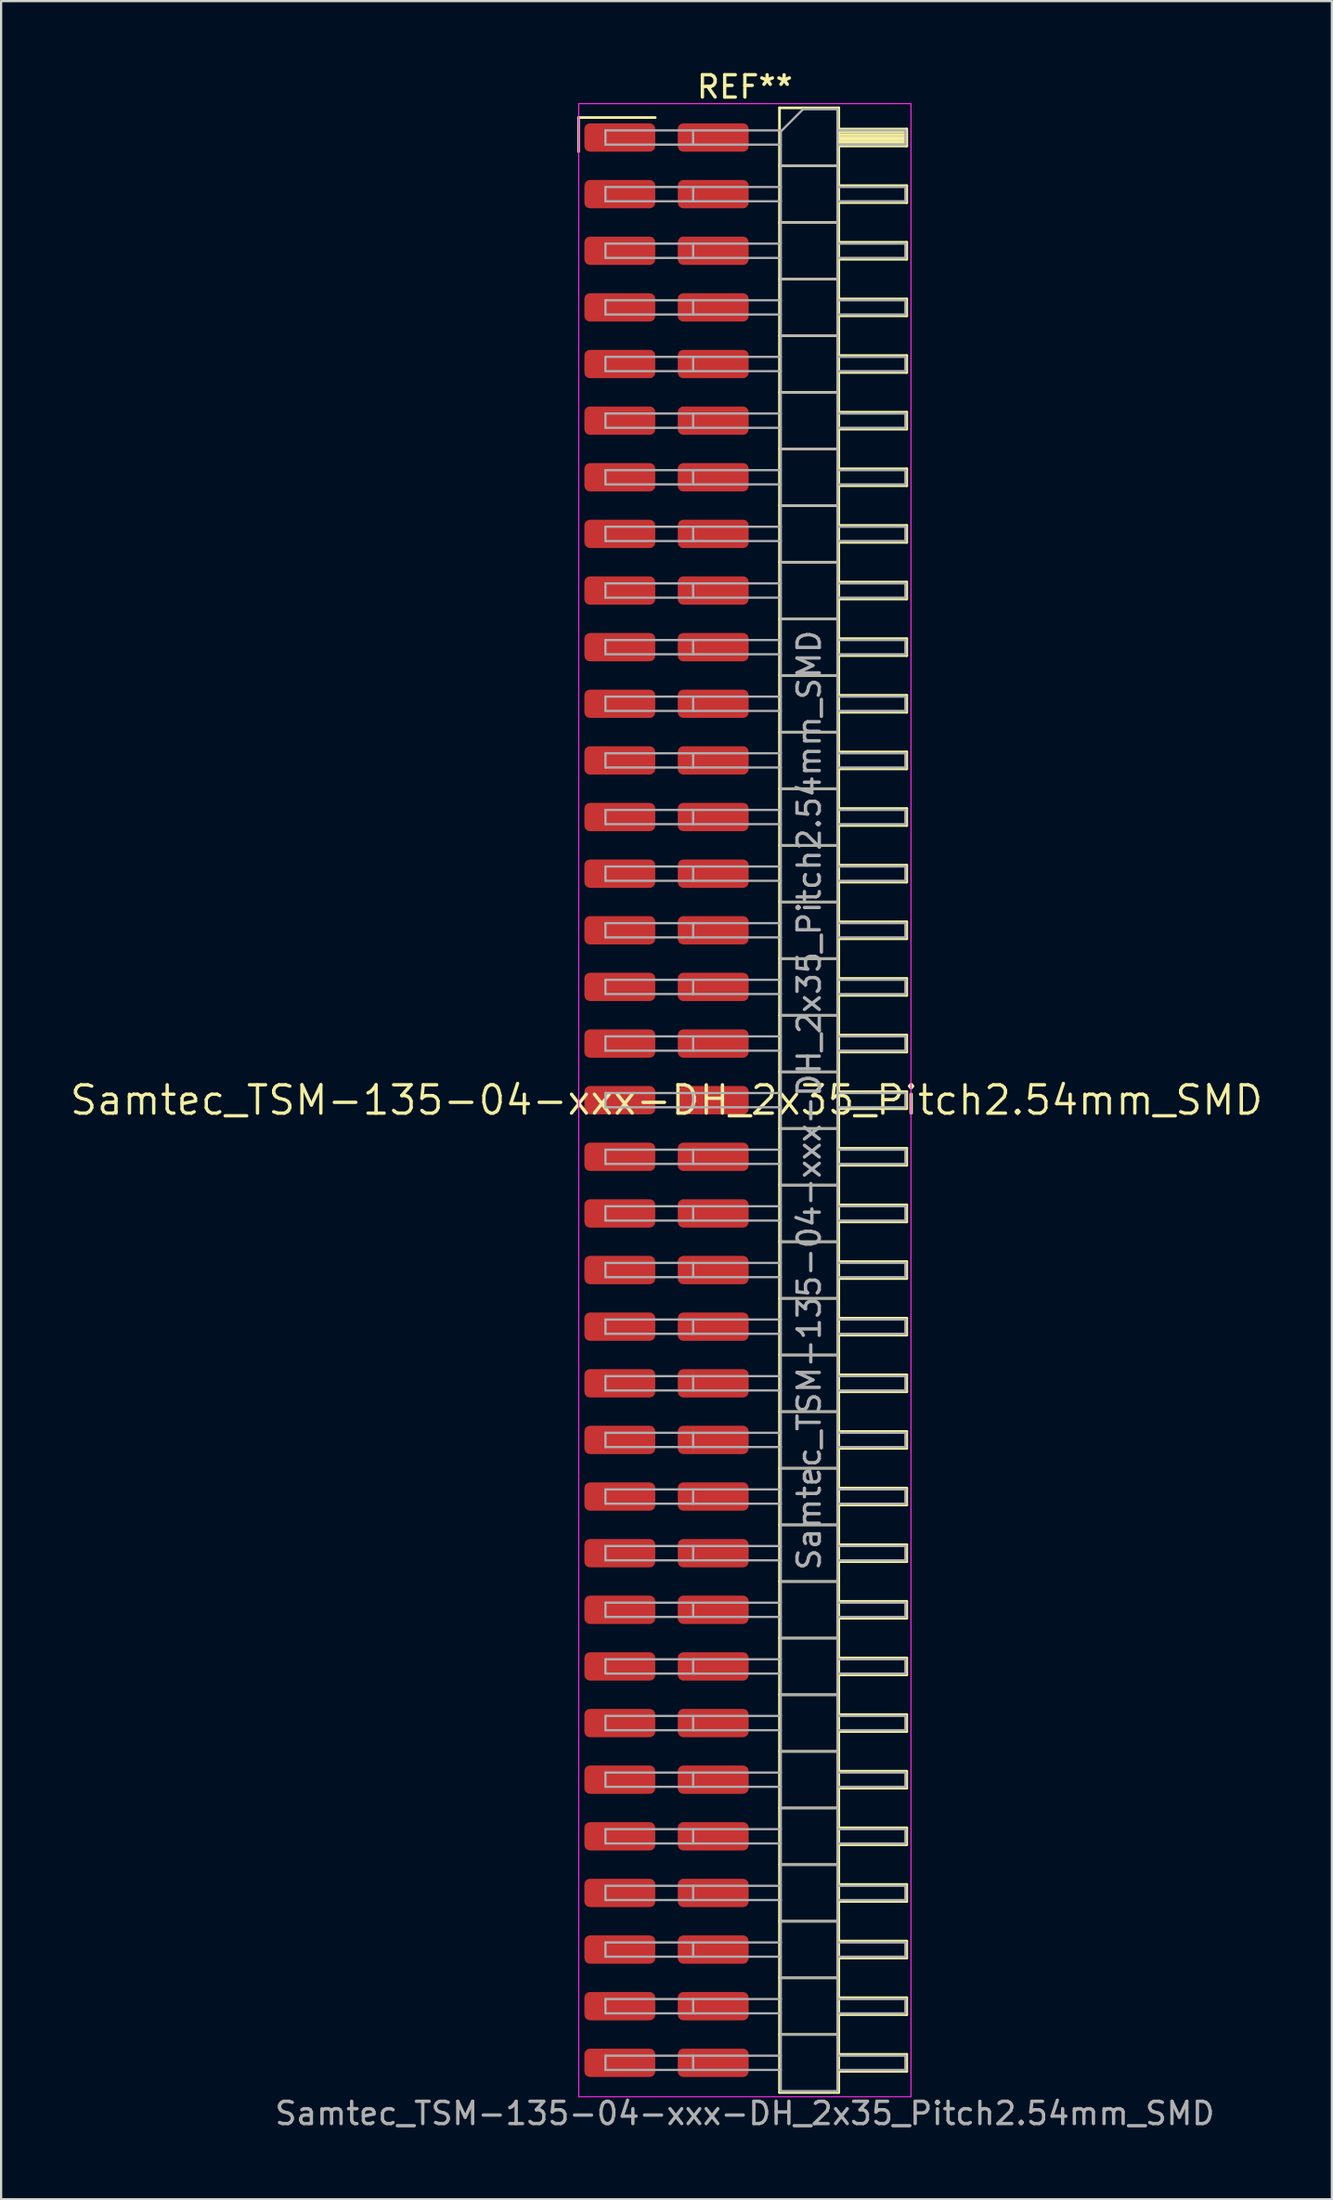
<source format=kicad_pcb>
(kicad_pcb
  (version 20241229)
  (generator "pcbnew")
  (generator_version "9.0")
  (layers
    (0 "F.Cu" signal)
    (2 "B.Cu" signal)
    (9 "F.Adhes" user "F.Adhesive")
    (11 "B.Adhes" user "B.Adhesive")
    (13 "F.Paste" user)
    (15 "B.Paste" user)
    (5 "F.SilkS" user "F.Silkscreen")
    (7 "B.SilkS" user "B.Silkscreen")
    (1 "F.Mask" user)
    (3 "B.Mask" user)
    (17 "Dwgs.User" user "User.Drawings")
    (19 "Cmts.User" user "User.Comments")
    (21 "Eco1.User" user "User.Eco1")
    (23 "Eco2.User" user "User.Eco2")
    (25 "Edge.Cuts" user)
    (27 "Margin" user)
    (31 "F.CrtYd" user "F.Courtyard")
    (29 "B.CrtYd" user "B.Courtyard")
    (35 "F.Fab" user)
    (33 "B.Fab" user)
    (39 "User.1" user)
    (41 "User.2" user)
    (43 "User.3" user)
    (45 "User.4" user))
  (footprint "Samtec_TSM-135-04-xxx-DH_2x35_Pitch2.54mm_SMD"
    (layer "F.Cu")
    (at 26.859 46.298)
    (property "Reference" "Samtec_TSM-135-04-xxx-DH_2x35_Pitch2.54mm_SMD" (at 0 0 0) (layer "F.SilkS") (effects (font (size 1.27 1.27) (thickness 0.15))))
    (attr smd)
    (fp_line (start -3.945 -44.075) (end -0.505 -44.075) (stroke (width 0.12) (type solid)) (layer "F.SilkS"))
    (fp_line (start -3.945 -42.545) (end -3.945 -44.075) (stroke (width 0.12) (type solid)) (layer "F.SilkS"))
    (fp_line (start 5.07 -44.51) (end 7.73 -44.51) (stroke (width 0.12) (type solid)) (layer "F.SilkS"))
    (fp_line (start 5.07 -41.91) (end 7.73 -41.91) (stroke (width 0.12) (type solid)) (layer "F.SilkS"))
    (fp_line (start 5.07 -39.37) (end 7.73 -39.37) (stroke (width 0.12) (type solid)) (layer "F.SilkS"))
    (fp_line (start 5.07 -36.83) (end 7.73 -36.83) (stroke (width 0.12) (type solid)) (layer "F.SilkS"))
    (fp_line (start 5.07 -34.29) (end 7.73 -34.29) (stroke (width 0.12) (type solid)) (layer "F.SilkS"))
    (fp_line (start 5.07 -31.75) (end 7.73 -31.75) (stroke (width 0.12) (type solid)) (layer "F.SilkS"))
    (fp_line (start 5.07 -29.21) (end 7.73 -29.21) (stroke (width 0.12) (type solid)) (layer "F.SilkS"))
    (fp_line (start 5.07 -26.67) (end 7.73 -26.67) (stroke (width 0.12) (type solid)) (layer "F.SilkS"))
    (fp_line (start 5.07 -24.13) (end 7.73 -24.13) (stroke (width 0.12) (type solid)) (layer "F.SilkS"))
    (fp_line (start 5.07 -21.59) (end 7.73 -21.59) (stroke (width 0.12) (type solid)) (layer "F.SilkS"))
    (fp_line (start 5.07 -19.05) (end 7.73 -19.05) (stroke (width 0.12) (type solid)) (layer "F.SilkS"))
    (fp_line (start 5.07 -16.51) (end 7.73 -16.51) (stroke (width 0.12) (type solid)) (layer "F.SilkS"))
    (fp_line (start 5.07 -13.97) (end 7.73 -13.97) (stroke (width 0.12) (type solid)) (layer "F.SilkS"))
    (fp_line (start 5.07 -11.43) (end 7.73 -11.43) (stroke (width 0.12) (type solid)) (layer "F.SilkS"))
    (fp_line (start 5.07 -8.89) (end 7.73 -8.89) (stroke (width 0.12) (type solid)) (layer "F.SilkS"))
    (fp_line (start 5.07 -6.35) (end 7.73 -6.35) (stroke (width 0.12) (type solid)) (layer "F.SilkS"))
    (fp_line (start 5.07 -3.81) (end 7.73 -3.81) (stroke (width 0.12) (type solid)) (layer "F.SilkS"))
    (fp_line (start 5.07 -1.27) (end 7.73 -1.27) (stroke (width 0.12) (type solid)) (layer "F.SilkS"))
    (fp_line (start 5.07 1.27) (end 7.73 1.27) (stroke (width 0.12) (type solid)) (layer "F.SilkS"))
    (fp_line (start 5.07 3.81) (end 7.73 3.81) (stroke (width 0.12) (type solid)) (layer "F.SilkS"))
    (fp_line (start 5.07 6.35) (end 7.73 6.35) (stroke (width 0.12) (type solid)) (layer "F.SilkS"))
    (fp_line (start 5.07 8.89) (end 7.73 8.89) (stroke (width 0.12) (type solid)) (layer "F.SilkS"))
    (fp_line (start 5.07 11.43) (end 7.73 11.43) (stroke (width 0.12) (type solid)) (layer "F.SilkS"))
    (fp_line (start 5.07 13.97) (end 7.73 13.97) (stroke (width 0.12) (type solid)) (layer "F.SilkS"))
    (fp_line (start 5.07 16.51) (end 7.73 16.51) (stroke (width 0.12) (type solid)) (layer "F.SilkS"))
    (fp_line (start 5.07 19.05) (end 7.73 19.05) (stroke (width 0.12) (type solid)) (layer "F.SilkS"))
    (fp_line (start 5.07 21.59) (end 7.73 21.59) (stroke (width 0.12) (type solid)) (layer "F.SilkS"))
    (fp_line (start 5.07 24.13) (end 7.73 24.13) (stroke (width 0.12) (type solid)) (layer "F.SilkS"))
    (fp_line (start 5.07 26.67) (end 7.73 26.67) (stroke (width 0.12) (type solid)) (layer "F.SilkS"))
    (fp_line (start 5.07 29.21) (end 7.73 29.21) (stroke (width 0.12) (type solid)) (layer "F.SilkS"))
    (fp_line (start 5.07 31.75) (end 7.73 31.75) (stroke (width 0.12) (type solid)) (layer "F.SilkS"))
    (fp_line (start 5.07 34.29) (end 7.73 34.29) (stroke (width 0.12) (type solid)) (layer "F.SilkS"))
    (fp_line (start 5.07 36.83) (end 7.73 36.83) (stroke (width 0.12) (type solid)) (layer "F.SilkS"))
    (fp_line (start 5.07 39.37) (end 7.73 39.37) (stroke (width 0.12) (type solid)) (layer "F.SilkS"))
    (fp_line (start 5.07 41.91) (end 7.73 41.91) (stroke (width 0.12) (type solid)) (layer "F.SilkS"))
    (fp_line (start 5.07 44.51) (end 5.07 -44.51) (stroke (width 0.12) (type solid)) (layer "F.SilkS"))
    (fp_line (start 7.73 -44.51) (end 7.73 44.51) (stroke (width 0.12) (type solid)) (layer "F.SilkS"))
    (fp_line (start 7.73 -43.56) (end 10.78 -43.56) (stroke (width 0.12) (type solid)) (layer "F.SilkS"))
    (fp_line (start 7.73 -43.44) (end 10.78 -43.44) (stroke (width 0.12) (type solid)) (layer "F.SilkS"))
    (fp_line (start 7.73 -43.32) (end 10.78 -43.32) (stroke (width 0.12) (type solid)) (layer "F.SilkS"))
    (fp_line (start 7.73 -43.2) (end 10.78 -43.2) (stroke (width 0.12) (type solid)) (layer "F.SilkS"))
    (fp_line (start 7.73 -43.08) (end 10.78 -43.08) (stroke (width 0.12) (type solid)) (layer "F.SilkS"))
    (fp_line (start 7.73 -42.96) (end 10.78 -42.96) (stroke (width 0.12) (type solid)) (layer "F.SilkS"))
    (fp_line (start 7.73 -42.84) (end 10.78 -42.84) (stroke (width 0.12) (type solid)) (layer "F.SilkS"))
    (fp_line (start 7.73 -42.8) (end 10.78 -42.8) (stroke (width 0.12) (type solid)) (layer "F.SilkS"))
    (fp_line (start 7.73 -41.02) (end 10.78 -41.02) (stroke (width 0.12) (type solid)) (layer "F.SilkS"))
    (fp_line (start 7.73 -40.26) (end 10.78 -40.26) (stroke (width 0.12) (type solid)) (layer "F.SilkS"))
    (fp_line (start 7.73 -38.48) (end 10.78 -38.48) (stroke (width 0.12) (type solid)) (layer "F.SilkS"))
    (fp_line (start 7.73 -37.72) (end 10.78 -37.72) (stroke (width 0.12) (type solid)) (layer "F.SilkS"))
    (fp_line (start 7.73 -35.94) (end 10.78 -35.94) (stroke (width 0.12) (type solid)) (layer "F.SilkS"))
    (fp_line (start 7.73 -35.18) (end 10.78 -35.18) (stroke (width 0.12) (type solid)) (layer "F.SilkS"))
    (fp_line (start 7.73 -33.4) (end 10.78 -33.4) (stroke (width 0.12) (type solid)) (layer "F.SilkS"))
    (fp_line (start 7.73 -32.64) (end 10.78 -32.64) (stroke (width 0.12) (type solid)) (layer "F.SilkS"))
    (fp_line (start 7.73 -30.86) (end 10.78 -30.86) (stroke (width 0.12) (type solid)) (layer "F.SilkS"))
    (fp_line (start 7.73 -30.1) (end 10.78 -30.1) (stroke (width 0.12) (type solid)) (layer "F.SilkS"))
    (fp_line (start 7.73 -28.32) (end 10.78 -28.32) (stroke (width 0.12) (type solid)) (layer "F.SilkS"))
    (fp_line (start 7.73 -27.56) (end 10.78 -27.56) (stroke (width 0.12) (type solid)) (layer "F.SilkS"))
    (fp_line (start 7.73 -25.78) (end 10.78 -25.78) (stroke (width 0.12) (type solid)) (layer "F.SilkS"))
    (fp_line (start 7.73 -25.02) (end 10.78 -25.02) (stroke (width 0.12) (type solid)) (layer "F.SilkS"))
    (fp_line (start 7.73 -23.24) (end 10.78 -23.24) (stroke (width 0.12) (type solid)) (layer "F.SilkS"))
    (fp_line (start 7.73 -22.48) (end 10.78 -22.48) (stroke (width 0.12) (type solid)) (layer "F.SilkS"))
    (fp_line (start 7.73 -20.7) (end 10.78 -20.7) (stroke (width 0.12) (type solid)) (layer "F.SilkS"))
    (fp_line (start 7.73 -19.94) (end 10.78 -19.94) (stroke (width 0.12) (type solid)) (layer "F.SilkS"))
    (fp_line (start 7.73 -18.16) (end 10.78 -18.16) (stroke (width 0.12) (type solid)) (layer "F.SilkS"))
    (fp_line (start 7.73 -17.4) (end 10.78 -17.4) (stroke (width 0.12) (type solid)) (layer "F.SilkS"))
    (fp_line (start 7.73 -15.62) (end 10.78 -15.62) (stroke (width 0.12) (type solid)) (layer "F.SilkS"))
    (fp_line (start 7.73 -14.86) (end 10.78 -14.86) (stroke (width 0.12) (type solid)) (layer "F.SilkS"))
    (fp_line (start 7.73 -13.08) (end 10.78 -13.08) (stroke (width 0.12) (type solid)) (layer "F.SilkS"))
    (fp_line (start 7.73 -12.32) (end 10.78 -12.32) (stroke (width 0.12) (type solid)) (layer "F.SilkS"))
    (fp_line (start 7.73 -10.54) (end 10.78 -10.54) (stroke (width 0.12) (type solid)) (layer "F.SilkS"))
    (fp_line (start 7.73 -9.78) (end 10.78 -9.78) (stroke (width 0.12) (type solid)) (layer "F.SilkS"))
    (fp_line (start 7.73 -8) (end 10.78 -8) (stroke (width 0.12) (type solid)) (layer "F.SilkS"))
    (fp_line (start 7.73 -7.24) (end 10.78 -7.24) (stroke (width 0.12) (type solid)) (layer "F.SilkS"))
    (fp_line (start 7.73 -5.46) (end 10.78 -5.46) (stroke (width 0.12) (type solid)) (layer "F.SilkS"))
    (fp_line (start 7.73 -4.7) (end 10.78 -4.7) (stroke (width 0.12) (type solid)) (layer "F.SilkS"))
    (fp_line (start 7.73 -2.92) (end 10.78 -2.92) (stroke (width 0.12) (type solid)) (layer "F.SilkS"))
    (fp_line (start 7.73 -2.16) (end 10.78 -2.16) (stroke (width 0.12) (type solid)) (layer "F.SilkS"))
    (fp_line (start 7.73 -0.38) (end 10.78 -0.38) (stroke (width 0.12) (type solid)) (layer "F.SilkS"))
    (fp_line (start 7.73 0.38) (end 10.78 0.38) (stroke (width 0.12) (type solid)) (layer "F.SilkS"))
    (fp_line (start 7.73 2.16) (end 10.78 2.16) (stroke (width 0.12) (type solid)) (layer "F.SilkS"))
    (fp_line (start 7.73 2.92) (end 10.78 2.92) (stroke (width 0.12) (type solid)) (layer "F.SilkS"))
    (fp_line (start 7.73 4.7) (end 10.78 4.7) (stroke (width 0.12) (type solid)) (layer "F.SilkS"))
    (fp_line (start 7.73 5.46) (end 10.78 5.46) (stroke (width 0.12) (type solid)) (layer "F.SilkS"))
    (fp_line (start 7.73 7.24) (end 10.78 7.24) (stroke (width 0.12) (type solid)) (layer "F.SilkS"))
    (fp_line (start 7.73 8) (end 10.78 8) (stroke (width 0.12) (type solid)) (layer "F.SilkS"))
    (fp_line (start 7.73 9.78) (end 10.78 9.78) (stroke (width 0.12) (type solid)) (layer "F.SilkS"))
    (fp_line (start 7.73 10.54) (end 10.78 10.54) (stroke (width 0.12) (type solid)) (layer "F.SilkS"))
    (fp_line (start 7.73 12.32) (end 10.78 12.32) (stroke (width 0.12) (type solid)) (layer "F.SilkS"))
    (fp_line (start 7.73 13.08) (end 10.78 13.08) (stroke (width 0.12) (type solid)) (layer "F.SilkS"))
    (fp_line (start 7.73 14.86) (end 10.78 14.86) (stroke (width 0.12) (type solid)) (layer "F.SilkS"))
    (fp_line (start 7.73 15.62) (end 10.78 15.62) (stroke (width 0.12) (type solid)) (layer "F.SilkS"))
    (fp_line (start 7.73 17.4) (end 10.78 17.4) (stroke (width 0.12) (type solid)) (layer "F.SilkS"))
    (fp_line (start 7.73 18.16) (end 10.78 18.16) (stroke (width 0.12) (type solid)) (layer "F.SilkS"))
    (fp_line (start 7.73 19.94) (end 10.78 19.94) (stroke (width 0.12) (type solid)) (layer "F.SilkS"))
    (fp_line (start 7.73 20.7) (end 10.78 20.7) (stroke (width 0.12) (type solid)) (layer "F.SilkS"))
    (fp_line (start 7.73 22.48) (end 10.78 22.48) (stroke (width 0.12) (type solid)) (layer "F.SilkS"))
    (fp_line (start 7.73 23.24) (end 10.78 23.24) (stroke (width 0.12) (type solid)) (layer "F.SilkS"))
    (fp_line (start 7.73 25.02) (end 10.78 25.02) (stroke (width 0.12) (type solid)) (layer "F.SilkS"))
    (fp_line (start 7.73 25.78) (end 10.78 25.78) (stroke (width 0.12) (type solid)) (layer "F.SilkS"))
    (fp_line (start 7.73 27.56) (end 10.78 27.56) (stroke (width 0.12) (type solid)) (layer "F.SilkS"))
    (fp_line (start 7.73 28.32) (end 10.78 28.32) (stroke (width 0.12) (type solid)) (layer "F.SilkS"))
    (fp_line (start 7.73 30.1) (end 10.78 30.1) (stroke (width 0.12) (type solid)) (layer "F.SilkS"))
    (fp_line (start 7.73 30.86) (end 10.78 30.86) (stroke (width 0.12) (type solid)) (layer "F.SilkS"))
    (fp_line (start 7.73 32.64) (end 10.78 32.64) (stroke (width 0.12) (type solid)) (layer "F.SilkS"))
    (fp_line (start 7.73 33.4) (end 10.78 33.4) (stroke (width 0.12) (type solid)) (layer "F.SilkS"))
    (fp_line (start 7.73 35.18) (end 10.78 35.18) (stroke (width 0.12) (type solid)) (layer "F.SilkS"))
    (fp_line (start 7.73 35.94) (end 10.78 35.94) (stroke (width 0.12) (type solid)) (layer "F.SilkS"))
    (fp_line (start 7.73 37.72) (end 10.78 37.72) (stroke (width 0.12) (type solid)) (layer "F.SilkS"))
    (fp_line (start 7.73 38.48) (end 10.78 38.48) (stroke (width 0.12) (type solid)) (layer "F.SilkS"))
    (fp_line (start 7.73 40.26) (end 10.78 40.26) (stroke (width 0.12) (type solid)) (layer "F.SilkS"))
    (fp_line (start 7.73 41.02) (end 10.78 41.02) (stroke (width 0.12) (type solid)) (layer "F.SilkS"))
    (fp_line (start 7.73 42.8) (end 10.78 42.8) (stroke (width 0.12) (type solid)) (layer "F.SilkS"))
    (fp_line (start 7.73 43.56) (end 10.78 43.56) (stroke (width 0.12) (type solid)) (layer "F.SilkS"))
    (fp_line (start 7.73 44.51) (end 5.07 44.51) (stroke (width 0.12) (type solid)) (layer "F.SilkS"))
    (fp_line (start 10.78 -43.56) (end 10.78 -42.8) (stroke (width 0.12) (type solid)) (layer "F.SilkS"))
    (fp_line (start 10.78 -41.02) (end 10.78 -40.26) (stroke (width 0.12) (type solid)) (layer "F.SilkS"))
    (fp_line (start 10.78 -38.48) (end 10.78 -37.72) (stroke (width 0.12) (type solid)) (layer "F.SilkS"))
    (fp_line (start 10.78 -35.94) (end 10.78 -35.18) (stroke (width 0.12) (type solid)) (layer "F.SilkS"))
    (fp_line (start 10.78 -33.4) (end 10.78 -32.64) (stroke (width 0.12) (type solid)) (layer "F.SilkS"))
    (fp_line (start 10.78 -30.86) (end 10.78 -30.1) (stroke (width 0.12) (type solid)) (layer "F.SilkS"))
    (fp_line (start 10.78 -28.32) (end 10.78 -27.56) (stroke (width 0.12) (type solid)) (layer "F.SilkS"))
    (fp_line (start 10.78 -25.78) (end 10.78 -25.02) (stroke (width 0.12) (type solid)) (layer "F.SilkS"))
    (fp_line (start 10.78 -23.24) (end 10.78 -22.48) (stroke (width 0.12) (type solid)) (layer "F.SilkS"))
    (fp_line (start 10.78 -20.7) (end 10.78 -19.94) (stroke (width 0.12) (type solid)) (layer "F.SilkS"))
    (fp_line (start 10.78 -18.16) (end 10.78 -17.4) (stroke (width 0.12) (type solid)) (layer "F.SilkS"))
    (fp_line (start 10.78 -15.62) (end 10.78 -14.86) (stroke (width 0.12) (type solid)) (layer "F.SilkS"))
    (fp_line (start 10.78 -13.08) (end 10.78 -12.32) (stroke (width 0.12) (type solid)) (layer "F.SilkS"))
    (fp_line (start 10.78 -10.54) (end 10.78 -9.78) (stroke (width 0.12) (type solid)) (layer "F.SilkS"))
    (fp_line (start 10.78 -8) (end 10.78 -7.24) (stroke (width 0.12) (type solid)) (layer "F.SilkS"))
    (fp_line (start 10.78 -5.46) (end 10.78 -4.7) (stroke (width 0.12) (type solid)) (layer "F.SilkS"))
    (fp_line (start 10.78 -2.92) (end 10.78 -2.16) (stroke (width 0.12) (type solid)) (layer "F.SilkS"))
    (fp_line (start 10.78 -0.38) (end 10.78 0.38) (stroke (width 0.12) (type solid)) (layer "F.SilkS"))
    (fp_line (start 10.78 2.16) (end 10.78 2.92) (stroke (width 0.12) (type solid)) (layer "F.SilkS"))
    (fp_line (start 10.78 4.7) (end 10.78 5.46) (stroke (width 0.12) (type solid)) (layer "F.SilkS"))
    (fp_line (start 10.78 7.24) (end 10.78 8) (stroke (width 0.12) (type solid)) (layer "F.SilkS"))
    (fp_line (start 10.78 9.78) (end 10.78 10.54) (stroke (width 0.12) (type solid)) (layer "F.SilkS"))
    (fp_line (start 10.78 12.32) (end 10.78 13.08) (stroke (width 0.12) (type solid)) (layer "F.SilkS"))
    (fp_line (start 10.78 14.86) (end 10.78 15.62) (stroke (width 0.12) (type solid)) (layer "F.SilkS"))
    (fp_line (start 10.78 17.4) (end 10.78 18.16) (stroke (width 0.12) (type solid)) (layer "F.SilkS"))
    (fp_line (start 10.78 19.94) (end 10.78 20.7) (stroke (width 0.12) (type solid)) (layer "F.SilkS"))
    (fp_line (start 10.78 22.48) (end 10.78 23.24) (stroke (width 0.12) (type solid)) (layer "F.SilkS"))
    (fp_line (start 10.78 25.02) (end 10.78 25.78) (stroke (width 0.12) (type solid)) (layer "F.SilkS"))
    (fp_line (start 10.78 27.56) (end 10.78 28.32) (stroke (width 0.12) (type solid)) (layer "F.SilkS"))
    (fp_line (start 10.78 30.1) (end 10.78 30.86) (stroke (width 0.12) (type solid)) (layer "F.SilkS"))
    (fp_line (start 10.78 32.64) (end 10.78 33.4) (stroke (width 0.12) (type solid)) (layer "F.SilkS"))
    (fp_line (start 10.78 35.18) (end 10.78 35.94) (stroke (width 0.12) (type solid)) (layer "F.SilkS"))
    (fp_line (start 10.78 37.72) (end 10.78 38.48) (stroke (width 0.12) (type solid)) (layer "F.SilkS"))
    (fp_line (start 10.78 40.26) (end 10.78 41.02) (stroke (width 0.12) (type solid)) (layer "F.SilkS"))
    (fp_line (start 10.78 42.8) (end 10.78 43.56) (stroke (width 0.12) (type solid)) (layer "F.SilkS"))
    (fp_line (start -3.94 -44.7) (end 10.97 -44.7) (stroke (width 0.05) (type solid)) (layer "F.CrtYd"))
    (fp_line (start -3.94 44.7) (end -3.94 -44.7) (stroke (width 0.05) (type solid)) (layer "F.CrtYd"))
    (fp_line (start 10.97 -44.7) (end 10.97 44.7) (stroke (width 0.05) (type solid)) (layer "F.CrtYd"))
    (fp_line (start 10.97 44.7) (end -3.94 44.7) (stroke (width 0.05) (type solid)) (layer "F.CrtYd"))
    (fp_line (start -2.74 -43.5) (end -2.74 -42.86) (stroke (width 0.1) (type solid)) (layer "F.Fab"))
    (fp_line (start -2.74 -43.5) (end 5.13 -43.5) (stroke (width 0.1) (type solid)) (layer "F.Fab"))
    (fp_line (start -2.74 -42.86) (end 5.13 -42.86) (stroke (width 0.1) (type solid)) (layer "F.Fab"))
    (fp_line (start -2.74 -40.96) (end -2.74 -40.32) (stroke (width 0.1) (type solid)) (layer "F.Fab"))
    (fp_line (start -2.74 -40.96) (end 5.13 -40.96) (stroke (width 0.1) (type solid)) (layer "F.Fab"))
    (fp_line (start -2.74 -40.32) (end 5.13 -40.32) (stroke (width 0.1) (type solid)) (layer "F.Fab"))
    (fp_line (start -2.74 -38.42) (end -2.74 -37.78) (stroke (width 0.1) (type solid)) (layer "F.Fab"))
    (fp_line (start -2.74 -38.42) (end 5.13 -38.42) (stroke (width 0.1) (type solid)) (layer "F.Fab"))
    (fp_line (start -2.74 -37.78) (end 5.13 -37.78) (stroke (width 0.1) (type solid)) (layer "F.Fab"))
    (fp_line (start -2.74 -35.88) (end -2.74 -35.24) (stroke (width 0.1) (type solid)) (layer "F.Fab"))
    (fp_line (start -2.74 -35.88) (end 5.13 -35.88) (stroke (width 0.1) (type solid)) (layer "F.Fab"))
    (fp_line (start -2.74 -35.24) (end 5.13 -35.24) (stroke (width 0.1) (type solid)) (layer "F.Fab"))
    (fp_line (start -2.74 -33.34) (end -2.74 -32.7) (stroke (width 0.1) (type solid)) (layer "F.Fab"))
    (fp_line (start -2.74 -33.34) (end 5.13 -33.34) (stroke (width 0.1) (type solid)) (layer "F.Fab"))
    (fp_line (start -2.74 -32.7) (end 5.13 -32.7) (stroke (width 0.1) (type solid)) (layer "F.Fab"))
    (fp_line (start -2.74 -30.8) (end -2.74 -30.16) (stroke (width 0.1) (type solid)) (layer "F.Fab"))
    (fp_line (start -2.74 -30.8) (end 5.13 -30.8) (stroke (width 0.1) (type solid)) (layer "F.Fab"))
    (fp_line (start -2.74 -30.16) (end 5.13 -30.16) (stroke (width 0.1) (type solid)) (layer "F.Fab"))
    (fp_line (start -2.74 -28.26) (end -2.74 -27.62) (stroke (width 0.1) (type solid)) (layer "F.Fab"))
    (fp_line (start -2.74 -28.26) (end 5.13 -28.26) (stroke (width 0.1) (type solid)) (layer "F.Fab"))
    (fp_line (start -2.74 -27.62) (end 5.13 -27.62) (stroke (width 0.1) (type solid)) (layer "F.Fab"))
    (fp_line (start -2.74 -25.72) (end -2.74 -25.08) (stroke (width 0.1) (type solid)) (layer "F.Fab"))
    (fp_line (start -2.74 -25.72) (end 5.13 -25.72) (stroke (width 0.1) (type solid)) (layer "F.Fab"))
    (fp_line (start -2.74 -25.08) (end 5.13 -25.08) (stroke (width 0.1) (type solid)) (layer "F.Fab"))
    (fp_line (start -2.74 -23.18) (end -2.74 -22.54) (stroke (width 0.1) (type solid)) (layer "F.Fab"))
    (fp_line (start -2.74 -23.18) (end 5.13 -23.18) (stroke (width 0.1) (type solid)) (layer "F.Fab"))
    (fp_line (start -2.74 -22.54) (end 5.13 -22.54) (stroke (width 0.1) (type solid)) (layer "F.Fab"))
    (fp_line (start -2.74 -20.64) (end -2.74 -20) (stroke (width 0.1) (type solid)) (layer "F.Fab"))
    (fp_line (start -2.74 -20.64) (end 5.13 -20.64) (stroke (width 0.1) (type solid)) (layer "F.Fab"))
    (fp_line (start -2.74 -20) (end 5.13 -20) (stroke (width 0.1) (type solid)) (layer "F.Fab"))
    (fp_line (start -2.74 -18.1) (end -2.74 -17.46) (stroke (width 0.1) (type solid)) (layer "F.Fab"))
    (fp_line (start -2.74 -18.1) (end 5.13 -18.1) (stroke (width 0.1) (type solid)) (layer "F.Fab"))
    (fp_line (start -2.74 -17.46) (end 5.13 -17.46) (stroke (width 0.1) (type solid)) (layer "F.Fab"))
    (fp_line (start -2.74 -15.56) (end -2.74 -14.92) (stroke (width 0.1) (type solid)) (layer "F.Fab"))
    (fp_line (start -2.74 -15.56) (end 5.13 -15.56) (stroke (width 0.1) (type solid)) (layer "F.Fab"))
    (fp_line (start -2.74 -14.92) (end 5.13 -14.92) (stroke (width 0.1) (type solid)) (layer "F.Fab"))
    (fp_line (start -2.74 -13.02) (end -2.74 -12.38) (stroke (width 0.1) (type solid)) (layer "F.Fab"))
    (fp_line (start -2.74 -13.02) (end 5.13 -13.02) (stroke (width 0.1) (type solid)) (layer "F.Fab"))
    (fp_line (start -2.74 -12.38) (end 5.13 -12.38) (stroke (width 0.1) (type solid)) (layer "F.Fab"))
    (fp_line (start -2.74 -10.48) (end -2.74 -9.84) (stroke (width 0.1) (type solid)) (layer "F.Fab"))
    (fp_line (start -2.74 -10.48) (end 5.13 -10.48) (stroke (width 0.1) (type solid)) (layer "F.Fab"))
    (fp_line (start -2.74 -9.84) (end 5.13 -9.84) (stroke (width 0.1) (type solid)) (layer "F.Fab"))
    (fp_line (start -2.74 -7.94) (end -2.74 -7.3) (stroke (width 0.1) (type solid)) (layer "F.Fab"))
    (fp_line (start -2.74 -7.94) (end 5.13 -7.94) (stroke (width 0.1) (type solid)) (layer "F.Fab"))
    (fp_line (start -2.74 -7.3) (end 5.13 -7.3) (stroke (width 0.1) (type solid)) (layer "F.Fab"))
    (fp_line (start -2.74 -5.4) (end -2.74 -4.76) (stroke (width 0.1) (type solid)) (layer "F.Fab"))
    (fp_line (start -2.74 -5.4) (end 5.13 -5.4) (stroke (width 0.1) (type solid)) (layer "F.Fab"))
    (fp_line (start -2.74 -4.76) (end 5.13 -4.76) (stroke (width 0.1) (type solid)) (layer "F.Fab"))
    (fp_line (start -2.74 -2.86) (end -2.74 -2.22) (stroke (width 0.1) (type solid)) (layer "F.Fab"))
    (fp_line (start -2.74 -2.86) (end 5.13 -2.86) (stroke (width 0.1) (type solid)) (layer "F.Fab"))
    (fp_line (start -2.74 -2.22) (end 5.13 -2.22) (stroke (width 0.1) (type solid)) (layer "F.Fab"))
    (fp_line (start -2.74 -0.32) (end -2.74 0.32) (stroke (width 0.1) (type solid)) (layer "F.Fab"))
    (fp_line (start -2.74 -0.32) (end 5.13 -0.32) (stroke (width 0.1) (type solid)) (layer "F.Fab"))
    (fp_line (start -2.74 0.32) (end 5.13 0.32) (stroke (width 0.1) (type solid)) (layer "F.Fab"))
    (fp_line (start -2.74 2.22) (end -2.74 2.86) (stroke (width 0.1) (type solid)) (layer "F.Fab"))
    (fp_line (start -2.74 2.22) (end 5.13 2.22) (stroke (width 0.1) (type solid)) (layer "F.Fab"))
    (fp_line (start -2.74 2.86) (end 5.13 2.86) (stroke (width 0.1) (type solid)) (layer "F.Fab"))
    (fp_line (start -2.74 4.76) (end -2.74 5.4) (stroke (width 0.1) (type solid)) (layer "F.Fab"))
    (fp_line (start -2.74 4.76) (end 5.13 4.76) (stroke (width 0.1) (type solid)) (layer "F.Fab"))
    (fp_line (start -2.74 5.4) (end 5.13 5.4) (stroke (width 0.1) (type solid)) (layer "F.Fab"))
    (fp_line (start -2.74 7.3) (end -2.74 7.94) (stroke (width 0.1) (type solid)) (layer "F.Fab"))
    (fp_line (start -2.74 7.3) (end 5.13 7.3) (stroke (width 0.1) (type solid)) (layer "F.Fab"))
    (fp_line (start -2.74 7.94) (end 5.13 7.94) (stroke (width 0.1) (type solid)) (layer "F.Fab"))
    (fp_line (start -2.74 9.84) (end -2.74 10.48) (stroke (width 0.1) (type solid)) (layer "F.Fab"))
    (fp_line (start -2.74 9.84) (end 5.13 9.84) (stroke (width 0.1) (type solid)) (layer "F.Fab"))
    (fp_line (start -2.74 10.48) (end 5.13 10.48) (stroke (width 0.1) (type solid)) (layer "F.Fab"))
    (fp_line (start -2.74 12.38) (end -2.74 13.02) (stroke (width 0.1) (type solid)) (layer "F.Fab"))
    (fp_line (start -2.74 12.38) (end 5.13 12.38) (stroke (width 0.1) (type solid)) (layer "F.Fab"))
    (fp_line (start -2.74 13.02) (end 5.13 13.02) (stroke (width 0.1) (type solid)) (layer "F.Fab"))
    (fp_line (start -2.74 14.92) (end -2.74 15.56) (stroke (width 0.1) (type solid)) (layer "F.Fab"))
    (fp_line (start -2.74 14.92) (end 5.13 14.92) (stroke (width 0.1) (type solid)) (layer "F.Fab"))
    (fp_line (start -2.74 15.56) (end 5.13 15.56) (stroke (width 0.1) (type solid)) (layer "F.Fab"))
    (fp_line (start -2.74 17.46) (end -2.74 18.1) (stroke (width 0.1) (type solid)) (layer "F.Fab"))
    (fp_line (start -2.74 17.46) (end 5.13 17.46) (stroke (width 0.1) (type solid)) (layer "F.Fab"))
    (fp_line (start -2.74 18.1) (end 5.13 18.1) (stroke (width 0.1) (type solid)) (layer "F.Fab"))
    (fp_line (start -2.74 20) (end -2.74 20.64) (stroke (width 0.1) (type solid)) (layer "F.Fab"))
    (fp_line (start -2.74 20) (end 5.13 20) (stroke (width 0.1) (type solid)) (layer "F.Fab"))
    (fp_line (start -2.74 20.64) (end 5.13 20.64) (stroke (width 0.1) (type solid)) (layer "F.Fab"))
    (fp_line (start -2.74 22.54) (end -2.74 23.18) (stroke (width 0.1) (type solid)) (layer "F.Fab"))
    (fp_line (start -2.74 22.54) (end 5.13 22.54) (stroke (width 0.1) (type solid)) (layer "F.Fab"))
    (fp_line (start -2.74 23.18) (end 5.13 23.18) (stroke (width 0.1) (type solid)) (layer "F.Fab"))
    (fp_line (start -2.74 25.08) (end -2.74 25.72) (stroke (width 0.1) (type solid)) (layer "F.Fab"))
    (fp_line (start -2.74 25.08) (end 5.13 25.08) (stroke (width 0.1) (type solid)) (layer "F.Fab"))
    (fp_line (start -2.74 25.72) (end 5.13 25.72) (stroke (width 0.1) (type solid)) (layer "F.Fab"))
    (fp_line (start -2.74 27.62) (end -2.74 28.26) (stroke (width 0.1) (type solid)) (layer "F.Fab"))
    (fp_line (start -2.74 27.62) (end 5.13 27.62) (stroke (width 0.1) (type solid)) (layer "F.Fab"))
    (fp_line (start -2.74 28.26) (end 5.13 28.26) (stroke (width 0.1) (type solid)) (layer "F.Fab"))
    (fp_line (start -2.74 30.16) (end -2.74 30.8) (stroke (width 0.1) (type solid)) (layer "F.Fab"))
    (fp_line (start -2.74 30.16) (end 5.13 30.16) (stroke (width 0.1) (type solid)) (layer "F.Fab"))
    (fp_line (start -2.74 30.8) (end 5.13 30.8) (stroke (width 0.1) (type solid)) (layer "F.Fab"))
    (fp_line (start -2.74 32.7) (end -2.74 33.34) (stroke (width 0.1) (type solid)) (layer "F.Fab"))
    (fp_line (start -2.74 32.7) (end 5.13 32.7) (stroke (width 0.1) (type solid)) (layer "F.Fab"))
    (fp_line (start -2.74 33.34) (end 5.13 33.34) (stroke (width 0.1) (type solid)) (layer "F.Fab"))
    (fp_line (start -2.74 35.24) (end -2.74 35.88) (stroke (width 0.1) (type solid)) (layer "F.Fab"))
    (fp_line (start -2.74 35.24) (end 5.13 35.24) (stroke (width 0.1) (type solid)) (layer "F.Fab"))
    (fp_line (start -2.74 35.88) (end 5.13 35.88) (stroke (width 0.1) (type solid)) (layer "F.Fab"))
    (fp_line (start -2.74 37.78) (end -2.74 38.42) (stroke (width 0.1) (type solid)) (layer "F.Fab"))
    (fp_line (start -2.74 37.78) (end 5.13 37.78) (stroke (width 0.1) (type solid)) (layer "F.Fab"))
    (fp_line (start -2.74 38.42) (end 5.13 38.42) (stroke (width 0.1) (type solid)) (layer "F.Fab"))
    (fp_line (start -2.74 40.32) (end -2.74 40.96) (stroke (width 0.1) (type solid)) (layer "F.Fab"))
    (fp_line (start -2.74 40.32) (end 5.13 40.32) (stroke (width 0.1) (type solid)) (layer "F.Fab"))
    (fp_line (start -2.74 40.96) (end 5.13 40.96) (stroke (width 0.1) (type solid)) (layer "F.Fab"))
    (fp_line (start -2.74 42.86) (end -2.74 43.5) (stroke (width 0.1) (type solid)) (layer "F.Fab"))
    (fp_line (start -2.74 42.86) (end 5.13 42.86) (stroke (width 0.1) (type solid)) (layer "F.Fab"))
    (fp_line (start -2.74 43.5) (end 5.13 43.5) (stroke (width 0.1) (type solid)) (layer "F.Fab"))
    (fp_line (start 1.195 -43.5) (end 1.195 -42.86) (stroke (width 0.1) (type solid)) (layer "F.Fab"))
    (fp_line (start 1.195 -40.96) (end 1.195 -40.32) (stroke (width 0.1) (type solid)) (layer "F.Fab"))
    (fp_line (start 1.195 -38.42) (end 1.195 -37.78) (stroke (width 0.1) (type solid)) (layer "F.Fab"))
    (fp_line (start 1.195 -35.88) (end 1.195 -35.24) (stroke (width 0.1) (type solid)) (layer "F.Fab"))
    (fp_line (start 1.195 -33.34) (end 1.195 -32.7) (stroke (width 0.1) (type solid)) (layer "F.Fab"))
    (fp_line (start 1.195 -30.8) (end 1.195 -30.16) (stroke (width 0.1) (type solid)) (layer "F.Fab"))
    (fp_line (start 1.195 -28.26) (end 1.195 -27.62) (stroke (width 0.1) (type solid)) (layer "F.Fab"))
    (fp_line (start 1.195 -25.72) (end 1.195 -25.08) (stroke (width 0.1) (type solid)) (layer "F.Fab"))
    (fp_line (start 1.195 -23.18) (end 1.195 -22.54) (stroke (width 0.1) (type solid)) (layer "F.Fab"))
    (fp_line (start 1.195 -20.64) (end 1.195 -20) (stroke (width 0.1) (type solid)) (layer "F.Fab"))
    (fp_line (start 1.195 -18.1) (end 1.195 -17.46) (stroke (width 0.1) (type solid)) (layer "F.Fab"))
    (fp_line (start 1.195 -15.56) (end 1.195 -14.92) (stroke (width 0.1) (type solid)) (layer "F.Fab"))
    (fp_line (start 1.195 -13.02) (end 1.195 -12.38) (stroke (width 0.1) (type solid)) (layer "F.Fab"))
    (fp_line (start 1.195 -10.48) (end 1.195 -9.84) (stroke (width 0.1) (type solid)) (layer "F.Fab"))
    (fp_line (start 1.195 -7.94) (end 1.195 -7.3) (stroke (width 0.1) (type solid)) (layer "F.Fab"))
    (fp_line (start 1.195 -5.4) (end 1.195 -4.76) (stroke (width 0.1) (type solid)) (layer "F.Fab"))
    (fp_line (start 1.195 -2.86) (end 1.195 -2.22) (stroke (width 0.1) (type solid)) (layer "F.Fab"))
    (fp_line (start 1.195 -0.32) (end 1.195 0.32) (stroke (width 0.1) (type solid)) (layer "F.Fab"))
    (fp_line (start 1.195 2.22) (end 1.195 2.86) (stroke (width 0.1) (type solid)) (layer "F.Fab"))
    (fp_line (start 1.195 4.76) (end 1.195 5.4) (stroke (width 0.1) (type solid)) (layer "F.Fab"))
    (fp_line (start 1.195 7.3) (end 1.195 7.94) (stroke (width 0.1) (type solid)) (layer "F.Fab"))
    (fp_line (start 1.195 9.84) (end 1.195 10.48) (stroke (width 0.1) (type solid)) (layer "F.Fab"))
    (fp_line (start 1.195 12.38) (end 1.195 13.02) (stroke (width 0.1) (type solid)) (layer "F.Fab"))
    (fp_line (start 1.195 14.92) (end 1.195 15.56) (stroke (width 0.1) (type solid)) (layer "F.Fab"))
    (fp_line (start 1.195 17.46) (end 1.195 18.1) (stroke (width 0.1) (type solid)) (layer "F.Fab"))
    (fp_line (start 1.195 20) (end 1.195 20.64) (stroke (width 0.1) (type solid)) (layer "F.Fab"))
    (fp_line (start 1.195 22.54) (end 1.195 23.18) (stroke (width 0.1) (type solid)) (layer "F.Fab"))
    (fp_line (start 1.195 25.08) (end 1.195 25.72) (stroke (width 0.1) (type solid)) (layer "F.Fab"))
    (fp_line (start 1.195 27.62) (end 1.195 28.26) (stroke (width 0.1) (type solid)) (layer "F.Fab"))
    (fp_line (start 1.195 30.16) (end 1.195 30.8) (stroke (width 0.1) (type solid)) (layer "F.Fab"))
    (fp_line (start 1.195 32.7) (end 1.195 33.34) (stroke (width 0.1) (type solid)) (layer "F.Fab"))
    (fp_line (start 1.195 35.24) (end 1.195 35.88) (stroke (width 0.1) (type solid)) (layer "F.Fab"))
    (fp_line (start 1.195 37.78) (end 1.195 38.42) (stroke (width 0.1) (type solid)) (layer "F.Fab"))
    (fp_line (start 1.195 40.32) (end 1.195 40.96) (stroke (width 0.1) (type solid)) (layer "F.Fab"))
    (fp_line (start 1.195 42.86) (end 1.195 43.5) (stroke (width 0.1) (type solid)) (layer "F.Fab"))
    (fp_line (start 5.13 -43.45) (end 6.13 -44.45) (stroke (width 0.1) (type solid)) (layer "F.Fab"))
    (fp_line (start 5.13 -41.91) (end 7.67 -41.91) (stroke (width 0.1) (type solid)) (layer "F.Fab"))
    (fp_line (start 5.13 -39.37) (end 7.67 -39.37) (stroke (width 0.1) (type solid)) (layer "F.Fab"))
    (fp_line (start 5.13 -36.83) (end 7.67 -36.83) (stroke (width 0.1) (type solid)) (layer "F.Fab"))
    (fp_line (start 5.13 -34.29) (end 7.67 -34.29) (stroke (width 0.1) (type solid)) (layer "F.Fab"))
    (fp_line (start 5.13 -31.75) (end 7.67 -31.75) (stroke (width 0.1) (type solid)) (layer "F.Fab"))
    (fp_line (start 5.13 -29.21) (end 7.67 -29.21) (stroke (width 0.1) (type solid)) (layer "F.Fab"))
    (fp_line (start 5.13 -26.67) (end 7.67 -26.67) (stroke (width 0.1) (type solid)) (layer "F.Fab"))
    (fp_line (start 5.13 -24.13) (end 7.67 -24.13) (stroke (width 0.1) (type solid)) (layer "F.Fab"))
    (fp_line (start 5.13 -21.59) (end 7.67 -21.59) (stroke (width 0.1) (type solid)) (layer "F.Fab"))
    (fp_line (start 5.13 -19.05) (end 7.67 -19.05) (stroke (width 0.1) (type solid)) (layer "F.Fab"))
    (fp_line (start 5.13 -16.51) (end 7.67 -16.51) (stroke (width 0.1) (type solid)) (layer "F.Fab"))
    (fp_line (start 5.13 -13.97) (end 7.67 -13.97) (stroke (width 0.1) (type solid)) (layer "F.Fab"))
    (fp_line (start 5.13 -11.43) (end 7.67 -11.43) (stroke (width 0.1) (type solid)) (layer "F.Fab"))
    (fp_line (start 5.13 -8.89) (end 7.67 -8.89) (stroke (width 0.1) (type solid)) (layer "F.Fab"))
    (fp_line (start 5.13 -6.35) (end 7.67 -6.35) (stroke (width 0.1) (type solid)) (layer "F.Fab"))
    (fp_line (start 5.13 -3.81) (end 7.67 -3.81) (stroke (width 0.1) (type solid)) (layer "F.Fab"))
    (fp_line (start 5.13 -1.27) (end 7.67 -1.27) (stroke (width 0.1) (type solid)) (layer "F.Fab"))
    (fp_line (start 5.13 1.27) (end 7.67 1.27) (stroke (width 0.1) (type solid)) (layer "F.Fab"))
    (fp_line (start 5.13 3.81) (end 7.67 3.81) (stroke (width 0.1) (type solid)) (layer "F.Fab"))
    (fp_line (start 5.13 6.35) (end 7.67 6.35) (stroke (width 0.1) (type solid)) (layer "F.Fab"))
    (fp_line (start 5.13 8.89) (end 7.67 8.89) (stroke (width 0.1) (type solid)) (layer "F.Fab"))
    (fp_line (start 5.13 11.43) (end 7.67 11.43) (stroke (width 0.1) (type solid)) (layer "F.Fab"))
    (fp_line (start 5.13 13.97) (end 7.67 13.97) (stroke (width 0.1) (type solid)) (layer "F.Fab"))
    (fp_line (start 5.13 16.51) (end 7.67 16.51) (stroke (width 0.1) (type solid)) (layer "F.Fab"))
    (fp_line (start 5.13 19.05) (end 7.67 19.05) (stroke (width 0.1) (type solid)) (layer "F.Fab"))
    (fp_line (start 5.13 21.59) (end 7.67 21.59) (stroke (width 0.1) (type solid)) (layer "F.Fab"))
    (fp_line (start 5.13 24.13) (end 7.67 24.13) (stroke (width 0.1) (type solid)) (layer "F.Fab"))
    (fp_line (start 5.13 26.67) (end 7.67 26.67) (stroke (width 0.1) (type solid)) (layer "F.Fab"))
    (fp_line (start 5.13 29.21) (end 7.67 29.21) (stroke (width 0.1) (type solid)) (layer "F.Fab"))
    (fp_line (start 5.13 31.75) (end 7.67 31.75) (stroke (width 0.1) (type solid)) (layer "F.Fab"))
    (fp_line (start 5.13 34.29) (end 7.67 34.29) (stroke (width 0.1) (type solid)) (layer "F.Fab"))
    (fp_line (start 5.13 36.83) (end 7.67 36.83) (stroke (width 0.1) (type solid)) (layer "F.Fab"))
    (fp_line (start 5.13 39.37) (end 7.67 39.37) (stroke (width 0.1) (type solid)) (layer "F.Fab"))
    (fp_line (start 5.13 41.91) (end 7.67 41.91) (stroke (width 0.1) (type solid)) (layer "F.Fab"))
    (fp_line (start 5.13 44.45) (end 5.13 -43.45) (stroke (width 0.1) (type solid)) (layer "F.Fab"))
    (fp_line (start 6.13 -44.45) (end 7.67 -44.45) (stroke (width 0.1) (type solid)) (layer "F.Fab"))
    (fp_line (start 7.67 -44.45) (end 7.67 44.45) (stroke (width 0.1) (type solid)) (layer "F.Fab"))
    (fp_line (start 7.67 -43.5) (end 10.72 -43.5) (stroke (width 0.1) (type solid)) (layer "F.Fab"))
    (fp_line (start 7.67 -42.86) (end 10.72 -42.86) (stroke (width 0.1) (type solid)) (layer "F.Fab"))
    (fp_line (start 7.67 -40.96) (end 10.72 -40.96) (stroke (width 0.1) (type solid)) (layer "F.Fab"))
    (fp_line (start 7.67 -40.32) (end 10.72 -40.32) (stroke (width 0.1) (type solid)) (layer "F.Fab"))
    (fp_line (start 7.67 -38.42) (end 10.72 -38.42) (stroke (width 0.1) (type solid)) (layer "F.Fab"))
    (fp_line (start 7.67 -37.78) (end 10.72 -37.78) (stroke (width 0.1) (type solid)) (layer "F.Fab"))
    (fp_line (start 7.67 -35.88) (end 10.72 -35.88) (stroke (width 0.1) (type solid)) (layer "F.Fab"))
    (fp_line (start 7.67 -35.24) (end 10.72 -35.24) (stroke (width 0.1) (type solid)) (layer "F.Fab"))
    (fp_line (start 7.67 -33.34) (end 10.72 -33.34) (stroke (width 0.1) (type solid)) (layer "F.Fab"))
    (fp_line (start 7.67 -32.7) (end 10.72 -32.7) (stroke (width 0.1) (type solid)) (layer "F.Fab"))
    (fp_line (start 7.67 -30.8) (end 10.72 -30.8) (stroke (width 0.1) (type solid)) (layer "F.Fab"))
    (fp_line (start 7.67 -30.16) (end 10.72 -30.16) (stroke (width 0.1) (type solid)) (layer "F.Fab"))
    (fp_line (start 7.67 -28.26) (end 10.72 -28.26) (stroke (width 0.1) (type solid)) (layer "F.Fab"))
    (fp_line (start 7.67 -27.62) (end 10.72 -27.62) (stroke (width 0.1) (type solid)) (layer "F.Fab"))
    (fp_line (start 7.67 -25.72) (end 10.72 -25.72) (stroke (width 0.1) (type solid)) (layer "F.Fab"))
    (fp_line (start 7.67 -25.08) (end 10.72 -25.08) (stroke (width 0.1) (type solid)) (layer "F.Fab"))
    (fp_line (start 7.67 -23.18) (end 10.72 -23.18) (stroke (width 0.1) (type solid)) (layer "F.Fab"))
    (fp_line (start 7.67 -22.54) (end 10.72 -22.54) (stroke (width 0.1) (type solid)) (layer "F.Fab"))
    (fp_line (start 7.67 -20.64) (end 10.72 -20.64) (stroke (width 0.1) (type solid)) (layer "F.Fab"))
    (fp_line (start 7.67 -20) (end 10.72 -20) (stroke (width 0.1) (type solid)) (layer "F.Fab"))
    (fp_line (start 7.67 -18.1) (end 10.72 -18.1) (stroke (width 0.1) (type solid)) (layer "F.Fab"))
    (fp_line (start 7.67 -17.46) (end 10.72 -17.46) (stroke (width 0.1) (type solid)) (layer "F.Fab"))
    (fp_line (start 7.67 -15.56) (end 10.72 -15.56) (stroke (width 0.1) (type solid)) (layer "F.Fab"))
    (fp_line (start 7.67 -14.92) (end 10.72 -14.92) (stroke (width 0.1) (type solid)) (layer "F.Fab"))
    (fp_line (start 7.67 -13.02) (end 10.72 -13.02) (stroke (width 0.1) (type solid)) (layer "F.Fab"))
    (fp_line (start 7.67 -12.38) (end 10.72 -12.38) (stroke (width 0.1) (type solid)) (layer "F.Fab"))
    (fp_line (start 7.67 -10.48) (end 10.72 -10.48) (stroke (width 0.1) (type solid)) (layer "F.Fab"))
    (fp_line (start 7.67 -9.84) (end 10.72 -9.84) (stroke (width 0.1) (type solid)) (layer "F.Fab"))
    (fp_line (start 7.67 -7.94) (end 10.72 -7.94) (stroke (width 0.1) (type solid)) (layer "F.Fab"))
    (fp_line (start 7.67 -7.3) (end 10.72 -7.3) (stroke (width 0.1) (type solid)) (layer "F.Fab"))
    (fp_line (start 7.67 -5.4) (end 10.72 -5.4) (stroke (width 0.1) (type solid)) (layer "F.Fab"))
    (fp_line (start 7.67 -4.76) (end 10.72 -4.76) (stroke (width 0.1) (type solid)) (layer "F.Fab"))
    (fp_line (start 7.67 -2.86) (end 10.72 -2.86) (stroke (width 0.1) (type solid)) (layer "F.Fab"))
    (fp_line (start 7.67 -2.22) (end 10.72 -2.22) (stroke (width 0.1) (type solid)) (layer "F.Fab"))
    (fp_line (start 7.67 -0.32) (end 10.72 -0.32) (stroke (width 0.1) (type solid)) (layer "F.Fab"))
    (fp_line (start 7.67 0.32) (end 10.72 0.32) (stroke (width 0.1) (type solid)) (layer "F.Fab"))
    (fp_line (start 7.67 2.22) (end 10.72 2.22) (stroke (width 0.1) (type solid)) (layer "F.Fab"))
    (fp_line (start 7.67 2.86) (end 10.72 2.86) (stroke (width 0.1) (type solid)) (layer "F.Fab"))
    (fp_line (start 7.67 4.76) (end 10.72 4.76) (stroke (width 0.1) (type solid)) (layer "F.Fab"))
    (fp_line (start 7.67 5.4) (end 10.72 5.4) (stroke (width 0.1) (type solid)) (layer "F.Fab"))
    (fp_line (start 7.67 7.3) (end 10.72 7.3) (stroke (width 0.1) (type solid)) (layer "F.Fab"))
    (fp_line (start 7.67 7.94) (end 10.72 7.94) (stroke (width 0.1) (type solid)) (layer "F.Fab"))
    (fp_line (start 7.67 9.84) (end 10.72 9.84) (stroke (width 0.1) (type solid)) (layer "F.Fab"))
    (fp_line (start 7.67 10.48) (end 10.72 10.48) (stroke (width 0.1) (type solid)) (layer "F.Fab"))
    (fp_line (start 7.67 12.38) (end 10.72 12.38) (stroke (width 0.1) (type solid)) (layer "F.Fab"))
    (fp_line (start 7.67 13.02) (end 10.72 13.02) (stroke (width 0.1) (type solid)) (layer "F.Fab"))
    (fp_line (start 7.67 14.92) (end 10.72 14.92) (stroke (width 0.1) (type solid)) (layer "F.Fab"))
    (fp_line (start 7.67 15.56) (end 10.72 15.56) (stroke (width 0.1) (type solid)) (layer "F.Fab"))
    (fp_line (start 7.67 17.46) (end 10.72 17.46) (stroke (width 0.1) (type solid)) (layer "F.Fab"))
    (fp_line (start 7.67 18.1) (end 10.72 18.1) (stroke (width 0.1) (type solid)) (layer "F.Fab"))
    (fp_line (start 7.67 20) (end 10.72 20) (stroke (width 0.1) (type solid)) (layer "F.Fab"))
    (fp_line (start 7.67 20.64) (end 10.72 20.64) (stroke (width 0.1) (type solid)) (layer "F.Fab"))
    (fp_line (start 7.67 22.54) (end 10.72 22.54) (stroke (width 0.1) (type solid)) (layer "F.Fab"))
    (fp_line (start 7.67 23.18) (end 10.72 23.18) (stroke (width 0.1) (type solid)) (layer "F.Fab"))
    (fp_line (start 7.67 25.08) (end 10.72 25.08) (stroke (width 0.1) (type solid)) (layer "F.Fab"))
    (fp_line (start 7.67 25.72) (end 10.72 25.72) (stroke (width 0.1) (type solid)) (layer "F.Fab"))
    (fp_line (start 7.67 27.62) (end 10.72 27.62) (stroke (width 0.1) (type solid)) (layer "F.Fab"))
    (fp_line (start 7.67 28.26) (end 10.72 28.26) (stroke (width 0.1) (type solid)) (layer "F.Fab"))
    (fp_line (start 7.67 30.16) (end 10.72 30.16) (stroke (width 0.1) (type solid)) (layer "F.Fab"))
    (fp_line (start 7.67 30.8) (end 10.72 30.8) (stroke (width 0.1) (type solid)) (layer "F.Fab"))
    (fp_line (start 7.67 32.7) (end 10.72 32.7) (stroke (width 0.1) (type solid)) (layer "F.Fab"))
    (fp_line (start 7.67 33.34) (end 10.72 33.34) (stroke (width 0.1) (type solid)) (layer "F.Fab"))
    (fp_line (start 7.67 35.24) (end 10.72 35.24) (stroke (width 0.1) (type solid)) (layer "F.Fab"))
    (fp_line (start 7.67 35.88) (end 10.72 35.88) (stroke (width 0.1) (type solid)) (layer "F.Fab"))
    (fp_line (start 7.67 37.78) (end 10.72 37.78) (stroke (width 0.1) (type solid)) (layer "F.Fab"))
    (fp_line (start 7.67 38.42) (end 10.72 38.42) (stroke (width 0.1) (type solid)) (layer "F.Fab"))
    (fp_line (start 7.67 40.32) (end 10.72 40.32) (stroke (width 0.1) (type solid)) (layer "F.Fab"))
    (fp_line (start 7.67 40.96) (end 10.72 40.96) (stroke (width 0.1) (type solid)) (layer "F.Fab"))
    (fp_line (start 7.67 42.86) (end 10.72 42.86) (stroke (width 0.1) (type solid)) (layer "F.Fab"))
    (fp_line (start 7.67 43.5) (end 10.72 43.5) (stroke (width 0.1) (type solid)) (layer "F.Fab"))
    (fp_line (start 7.67 44.45) (end 5.13 44.45) (stroke (width 0.1) (type solid)) (layer "F.Fab"))
    (fp_line (start 10.72 -43.5) (end 10.72 -42.86) (stroke (width 0.1) (type solid)) (layer "F.Fab"))
    (fp_line (start 10.72 -40.96) (end 10.72 -40.32) (stroke (width 0.1) (type solid)) (layer "F.Fab"))
    (fp_line (start 10.72 -38.42) (end 10.72 -37.78) (stroke (width 0.1) (type solid)) (layer "F.Fab"))
    (fp_line (start 10.72 -35.88) (end 10.72 -35.24) (stroke (width 0.1) (type solid)) (layer "F.Fab"))
    (fp_line (start 10.72 -33.34) (end 10.72 -32.7) (stroke (width 0.1) (type solid)) (layer "F.Fab"))
    (fp_line (start 10.72 -30.8) (end 10.72 -30.16) (stroke (width 0.1) (type solid)) (layer "F.Fab"))
    (fp_line (start 10.72 -28.26) (end 10.72 -27.62) (stroke (width 0.1) (type solid)) (layer "F.Fab"))
    (fp_line (start 10.72 -25.72) (end 10.72 -25.08) (stroke (width 0.1) (type solid)) (layer "F.Fab"))
    (fp_line (start 10.72 -23.18) (end 10.72 -22.54) (stroke (width 0.1) (type solid)) (layer "F.Fab"))
    (fp_line (start 10.72 -20.64) (end 10.72 -20) (stroke (width 0.1) (type solid)) (layer "F.Fab"))
    (fp_line (start 10.72 -18.1) (end 10.72 -17.46) (stroke (width 0.1) (type solid)) (layer "F.Fab"))
    (fp_line (start 10.72 -15.56) (end 10.72 -14.92) (stroke (width 0.1) (type solid)) (layer "F.Fab"))
    (fp_line (start 10.72 -13.02) (end 10.72 -12.38) (stroke (width 0.1) (type solid)) (layer "F.Fab"))
    (fp_line (start 10.72 -10.48) (end 10.72 -9.84) (stroke (width 0.1) (type solid)) (layer "F.Fab"))
    (fp_line (start 10.72 -7.94) (end 10.72 -7.3) (stroke (width 0.1) (type solid)) (layer "F.Fab"))
    (fp_line (start 10.72 -5.4) (end 10.72 -4.76) (stroke (width 0.1) (type solid)) (layer "F.Fab"))
    (fp_line (start 10.72 -2.86) (end 10.72 -2.22) (stroke (width 0.1) (type solid)) (layer "F.Fab"))
    (fp_line (start 10.72 -0.32) (end 10.72 0.32) (stroke (width 0.1) (type solid)) (layer "F.Fab"))
    (fp_line (start 10.72 2.22) (end 10.72 2.86) (stroke (width 0.1) (type solid)) (layer "F.Fab"))
    (fp_line (start 10.72 4.76) (end 10.72 5.4) (stroke (width 0.1) (type solid)) (layer "F.Fab"))
    (fp_line (start 10.72 7.3) (end 10.72 7.94) (stroke (width 0.1) (type solid)) (layer "F.Fab"))
    (fp_line (start 10.72 9.84) (end 10.72 10.48) (stroke (width 0.1) (type solid)) (layer "F.Fab"))
    (fp_line (start 10.72 12.38) (end 10.72 13.02) (stroke (width 0.1) (type solid)) (layer "F.Fab"))
    (fp_line (start 10.72 14.92) (end 10.72 15.56) (stroke (width 0.1) (type solid)) (layer "F.Fab"))
    (fp_line (start 10.72 17.46) (end 10.72 18.1) (stroke (width 0.1) (type solid)) (layer "F.Fab"))
    (fp_line (start 10.72 20) (end 10.72 20.64) (stroke (width 0.1) (type solid)) (layer "F.Fab"))
    (fp_line (start 10.72 22.54) (end 10.72 23.18) (stroke (width 0.1) (type solid)) (layer "F.Fab"))
    (fp_line (start 10.72 25.08) (end 10.72 25.72) (stroke (width 0.1) (type solid)) (layer "F.Fab"))
    (fp_line (start 10.72 27.62) (end 10.72 28.26) (stroke (width 0.1) (type solid)) (layer "F.Fab"))
    (fp_line (start 10.72 30.16) (end 10.72 30.8) (stroke (width 0.1) (type solid)) (layer "F.Fab"))
    (fp_line (start 10.72 32.7) (end 10.72 33.34) (stroke (width 0.1) (type solid)) (layer "F.Fab"))
    (fp_line (start 10.72 35.24) (end 10.72 35.88) (stroke (width 0.1) (type solid)) (layer "F.Fab"))
    (fp_line (start 10.72 37.78) (end 10.72 38.42) (stroke (width 0.1) (type solid)) (layer "F.Fab"))
    (fp_line (start 10.72 40.32) (end 10.72 40.96) (stroke (width 0.1) (type solid)) (layer "F.Fab"))
    (fp_line (start 10.72 42.86) (end 10.72 43.5) (stroke (width 0.1) (type solid)) (layer "F.Fab"))
    (fp_text user "REF**" (at 3.515 -45.45 0) (layer "F.SilkS") (effects (font (size 1 1) (thickness 0.15))))
    (fp_text user "${REFERENCE}" (at 6.4 0 90) (layer "F.Fab") (effects (font (size 1 1) (thickness 0.15))))
    (fp_text user "Samtec_TSM-135-04-xxx-DH_2x35_Pitch2.54mm_SMD" (at 3.515 45.45 0) (layer "F.Fab") (effects (font (size 1 1) (thickness 0.15))))
    (pad "1" smd roundrect (at -2.095 -43.18) (size 3.18 1.27) (layers "F.Cu" "F.Mask" "F.Paste") (roundrect_rratio 0.197))
    (pad "2" smd roundrect (at 2.095 -43.18) (size 3.18 1.27) (layers "F.Cu" "F.Mask" "F.Paste") (roundrect_rratio 0.197))
    (pad "3" smd roundrect (at -2.095 -40.64) (size 3.18 1.27) (layers "F.Cu" "F.Mask" "F.Paste") (roundrect_rratio 0.197))
    (pad "4" smd roundrect (at 2.095 -40.64) (size 3.18 1.27) (layers "F.Cu" "F.Mask" "F.Paste") (roundrect_rratio 0.197))
    (pad "5" smd roundrect (at -2.095 -38.1) (size 3.18 1.27) (layers "F.Cu" "F.Mask" "F.Paste") (roundrect_rratio 0.197))
    (pad "6" smd roundrect (at 2.095 -38.1) (size 3.18 1.27) (layers "F.Cu" "F.Mask" "F.Paste") (roundrect_rratio 0.197))
    (pad "7" smd roundrect (at -2.095 -35.56) (size 3.18 1.27) (layers "F.Cu" "F.Mask" "F.Paste") (roundrect_rratio 0.197))
    (pad "8" smd roundrect (at 2.095 -35.56) (size 3.18 1.27) (layers "F.Cu" "F.Mask" "F.Paste") (roundrect_rratio 0.197))
    (pad "9" smd roundrect (at -2.095 -33.02) (size 3.18 1.27) (layers "F.Cu" "F.Mask" "F.Paste") (roundrect_rratio 0.197))
    (pad "10" smd roundrect (at 2.095 -33.02) (size 3.18 1.27) (layers "F.Cu" "F.Mask" "F.Paste") (roundrect_rratio 0.197))
    (pad "11" smd roundrect (at -2.095 -30.48) (size 3.18 1.27) (layers "F.Cu" "F.Mask" "F.Paste") (roundrect_rratio 0.197))
    (pad "12" smd roundrect (at 2.095 -30.48) (size 3.18 1.27) (layers "F.Cu" "F.Mask" "F.Paste") (roundrect_rratio 0.197))
    (pad "13" smd roundrect (at -2.095 -27.94) (size 3.18 1.27) (layers "F.Cu" "F.Mask" "F.Paste") (roundrect_rratio 0.197))
    (pad "14" smd roundrect (at 2.095 -27.94) (size 3.18 1.27) (layers "F.Cu" "F.Mask" "F.Paste") (roundrect_rratio 0.197))
    (pad "15" smd roundrect (at -2.095 -25.4) (size 3.18 1.27) (layers "F.Cu" "F.Mask" "F.Paste") (roundrect_rratio 0.197))
    (pad "16" smd roundrect (at 2.095 -25.4) (size 3.18 1.27) (layers "F.Cu" "F.Mask" "F.Paste") (roundrect_rratio 0.197))
    (pad "17" smd roundrect (at -2.095 -22.86) (size 3.18 1.27) (layers "F.Cu" "F.Mask" "F.Paste") (roundrect_rratio 0.197))
    (pad "18" smd roundrect (at 2.095 -22.86) (size 3.18 1.27) (layers "F.Cu" "F.Mask" "F.Paste") (roundrect_rratio 0.197))
    (pad "19" smd roundrect (at -2.095 -20.32) (size 3.18 1.27) (layers "F.Cu" "F.Mask" "F.Paste") (roundrect_rratio 0.197))
    (pad "20" smd roundrect (at 2.095 -20.32) (size 3.18 1.27) (layers "F.Cu" "F.Mask" "F.Paste") (roundrect_rratio 0.197))
    (pad "21" smd roundrect (at -2.095 -17.78) (size 3.18 1.27) (layers "F.Cu" "F.Mask" "F.Paste") (roundrect_rratio 0.197))
    (pad "22" smd roundrect (at 2.095 -17.78) (size 3.18 1.27) (layers "F.Cu" "F.Mask" "F.Paste") (roundrect_rratio 0.197))
    (pad "23" smd roundrect (at -2.095 -15.24) (size 3.18 1.27) (layers "F.Cu" "F.Mask" "F.Paste") (roundrect_rratio 0.197))
    (pad "24" smd roundrect (at 2.095 -15.24) (size 3.18 1.27) (layers "F.Cu" "F.Mask" "F.Paste") (roundrect_rratio 0.197))
    (pad "25" smd roundrect (at -2.095 -12.7) (size 3.18 1.27) (layers "F.Cu" "F.Mask" "F.Paste") (roundrect_rratio 0.197))
    (pad "26" smd roundrect (at 2.095 -12.7) (size 3.18 1.27) (layers "F.Cu" "F.Mask" "F.Paste") (roundrect_rratio 0.197))
    (pad "27" smd roundrect (at -2.095 -10.16) (size 3.18 1.27) (layers "F.Cu" "F.Mask" "F.Paste") (roundrect_rratio 0.197))
    (pad "28" smd roundrect (at 2.095 -10.16) (size 3.18 1.27) (layers "F.Cu" "F.Mask" "F.Paste") (roundrect_rratio 0.197))
    (pad "29" smd roundrect (at -2.095 -7.62) (size 3.18 1.27) (layers "F.Cu" "F.Mask" "F.Paste") (roundrect_rratio 0.197))
    (pad "30" smd roundrect (at 2.095 -7.62) (size 3.18 1.27) (layers "F.Cu" "F.Mask" "F.Paste") (roundrect_rratio 0.197))
    (pad "31" smd roundrect (at -2.095 -5.08) (size 3.18 1.27) (layers "F.Cu" "F.Mask" "F.Paste") (roundrect_rratio 0.197))
    (pad "32" smd roundrect (at 2.095 -5.08) (size 3.18 1.27) (layers "F.Cu" "F.Mask" "F.Paste") (roundrect_rratio 0.197))
    (pad "33" smd roundrect (at -2.095 -2.54) (size 3.18 1.27) (layers "F.Cu" "F.Mask" "F.Paste") (roundrect_rratio 0.197))
    (pad "34" smd roundrect (at 2.095 -2.54) (size 3.18 1.27) (layers "F.Cu" "F.Mask" "F.Paste") (roundrect_rratio 0.197))
    (pad "35" smd roundrect (at -2.095 0) (size 3.18 1.27) (layers "F.Cu" "F.Mask" "F.Paste") (roundrect_rratio 0.197))
    (pad "36" smd roundrect (at 2.095 0) (size 3.18 1.27) (layers "F.Cu" "F.Mask" "F.Paste") (roundrect_rratio 0.197))
    (pad "37" smd roundrect (at -2.095 2.54) (size 3.18 1.27) (layers "F.Cu" "F.Mask" "F.Paste") (roundrect_rratio 0.197))
    (pad "38" smd roundrect (at 2.095 2.54) (size 3.18 1.27) (layers "F.Cu" "F.Mask" "F.Paste") (roundrect_rratio 0.197))
    (pad "39" smd roundrect (at -2.095 5.08) (size 3.18 1.27) (layers "F.Cu" "F.Mask" "F.Paste") (roundrect_rratio 0.197))
    (pad "40" smd roundrect (at 2.095 5.08) (size 3.18 1.27) (layers "F.Cu" "F.Mask" "F.Paste") (roundrect_rratio 0.197))
    (pad "41" smd roundrect (at -2.095 7.62) (size 3.18 1.27) (layers "F.Cu" "F.Mask" "F.Paste") (roundrect_rratio 0.197))
    (pad "42" smd roundrect (at 2.095 7.62) (size 3.18 1.27) (layers "F.Cu" "F.Mask" "F.Paste") (roundrect_rratio 0.197))
    (pad "43" smd roundrect (at -2.095 10.16) (size 3.18 1.27) (layers "F.Cu" "F.Mask" "F.Paste") (roundrect_rratio 0.197))
    (pad "44" smd roundrect (at 2.095 10.16) (size 3.18 1.27) (layers "F.Cu" "F.Mask" "F.Paste") (roundrect_rratio 0.197))
    (pad "45" smd roundrect (at -2.095 12.7) (size 3.18 1.27) (layers "F.Cu" "F.Mask" "F.Paste") (roundrect_rratio 0.197))
    (pad "46" smd roundrect (at 2.095 12.7) (size 3.18 1.27) (layers "F.Cu" "F.Mask" "F.Paste") (roundrect_rratio 0.197))
    (pad "47" smd roundrect (at -2.095 15.24) (size 3.18 1.27) (layers "F.Cu" "F.Mask" "F.Paste") (roundrect_rratio 0.197))
    (pad "48" smd roundrect (at 2.095 15.24) (size 3.18 1.27) (layers "F.Cu" "F.Mask" "F.Paste") (roundrect_rratio 0.197))
    (pad "49" smd roundrect (at -2.095 17.78) (size 3.18 1.27) (layers "F.Cu" "F.Mask" "F.Paste") (roundrect_rratio 0.197))
    (pad "50" smd roundrect (at 2.095 17.78) (size 3.18 1.27) (layers "F.Cu" "F.Mask" "F.Paste") (roundrect_rratio 0.197))
    (pad "51" smd roundrect (at -2.095 20.32) (size 3.18 1.27) (layers "F.Cu" "F.Mask" "F.Paste") (roundrect_rratio 0.197))
    (pad "52" smd roundrect (at 2.095 20.32) (size 3.18 1.27) (layers "F.Cu" "F.Mask" "F.Paste") (roundrect_rratio 0.197))
    (pad "53" smd roundrect (at -2.095 22.86) (size 3.18 1.27) (layers "F.Cu" "F.Mask" "F.Paste") (roundrect_rratio 0.197))
    (pad "54" smd roundrect (at 2.095 22.86) (size 3.18 1.27) (layers "F.Cu" "F.Mask" "F.Paste") (roundrect_rratio 0.197))
    (pad "55" smd roundrect (at -2.095 25.4) (size 3.18 1.27) (layers "F.Cu" "F.Mask" "F.Paste") (roundrect_rratio 0.197))
    (pad "56" smd roundrect (at 2.095 25.4) (size 3.18 1.27) (layers "F.Cu" "F.Mask" "F.Paste") (roundrect_rratio 0.197))
    (pad "57" smd roundrect (at -2.095 27.94) (size 3.18 1.27) (layers "F.Cu" "F.Mask" "F.Paste") (roundrect_rratio 0.197))
    (pad "58" smd roundrect (at 2.095 27.94) (size 3.18 1.27) (layers "F.Cu" "F.Mask" "F.Paste") (roundrect_rratio 0.197))
    (pad "59" smd roundrect (at -2.095 30.48) (size 3.18 1.27) (layers "F.Cu" "F.Mask" "F.Paste") (roundrect_rratio 0.197))
    (pad "60" smd roundrect (at 2.095 30.48) (size 3.18 1.27) (layers "F.Cu" "F.Mask" "F.Paste") (roundrect_rratio 0.197))
    (pad "61" smd roundrect (at -2.095 33.02) (size 3.18 1.27) (layers "F.Cu" "F.Mask" "F.Paste") (roundrect_rratio 0.197))
    (pad "62" smd roundrect (at 2.095 33.02) (size 3.18 1.27) (layers "F.Cu" "F.Mask" "F.Paste") (roundrect_rratio 0.197))
    (pad "63" smd roundrect (at -2.095 35.56) (size 3.18 1.27) (layers "F.Cu" "F.Mask" "F.Paste") (roundrect_rratio 0.197))
    (pad "64" smd roundrect (at 2.095 35.56) (size 3.18 1.27) (layers "F.Cu" "F.Mask" "F.Paste") (roundrect_rratio 0.197))
    (pad "65" smd roundrect (at -2.095 38.1) (size 3.18 1.27) (layers "F.Cu" "F.Mask" "F.Paste") (roundrect_rratio 0.197))
    (pad "66" smd roundrect (at 2.095 38.1) (size 3.18 1.27) (layers "F.Cu" "F.Mask" "F.Paste") (roundrect_rratio 0.197))
    (pad "67" smd roundrect (at -2.095 40.64) (size 3.18 1.27) (layers "F.Cu" "F.Mask" "F.Paste") (roundrect_rratio 0.197))
    (pad "68" smd roundrect (at 2.095 40.64) (size 3.18 1.27) (layers "F.Cu" "F.Mask" "F.Paste") (roundrect_rratio 0.197))
    (pad "69" smd roundrect (at -2.095 43.18) (size 3.18 1.27) (layers "F.Cu" "F.Mask" "F.Paste") (roundrect_rratio 0.197))
    (pad "70" smd roundrect (at 2.095 43.18) (size 3.18 1.27) (layers "F.Cu" "F.Mask" "F.Paste") (roundrect_rratio 0.197)))
  (gr_rect
    (start -3 -3)
    (end 56.717 95.597)
    (stroke (width 0.1) (type default))
    (fill no)
    (layer "Edge.Cuts")))
</source>
